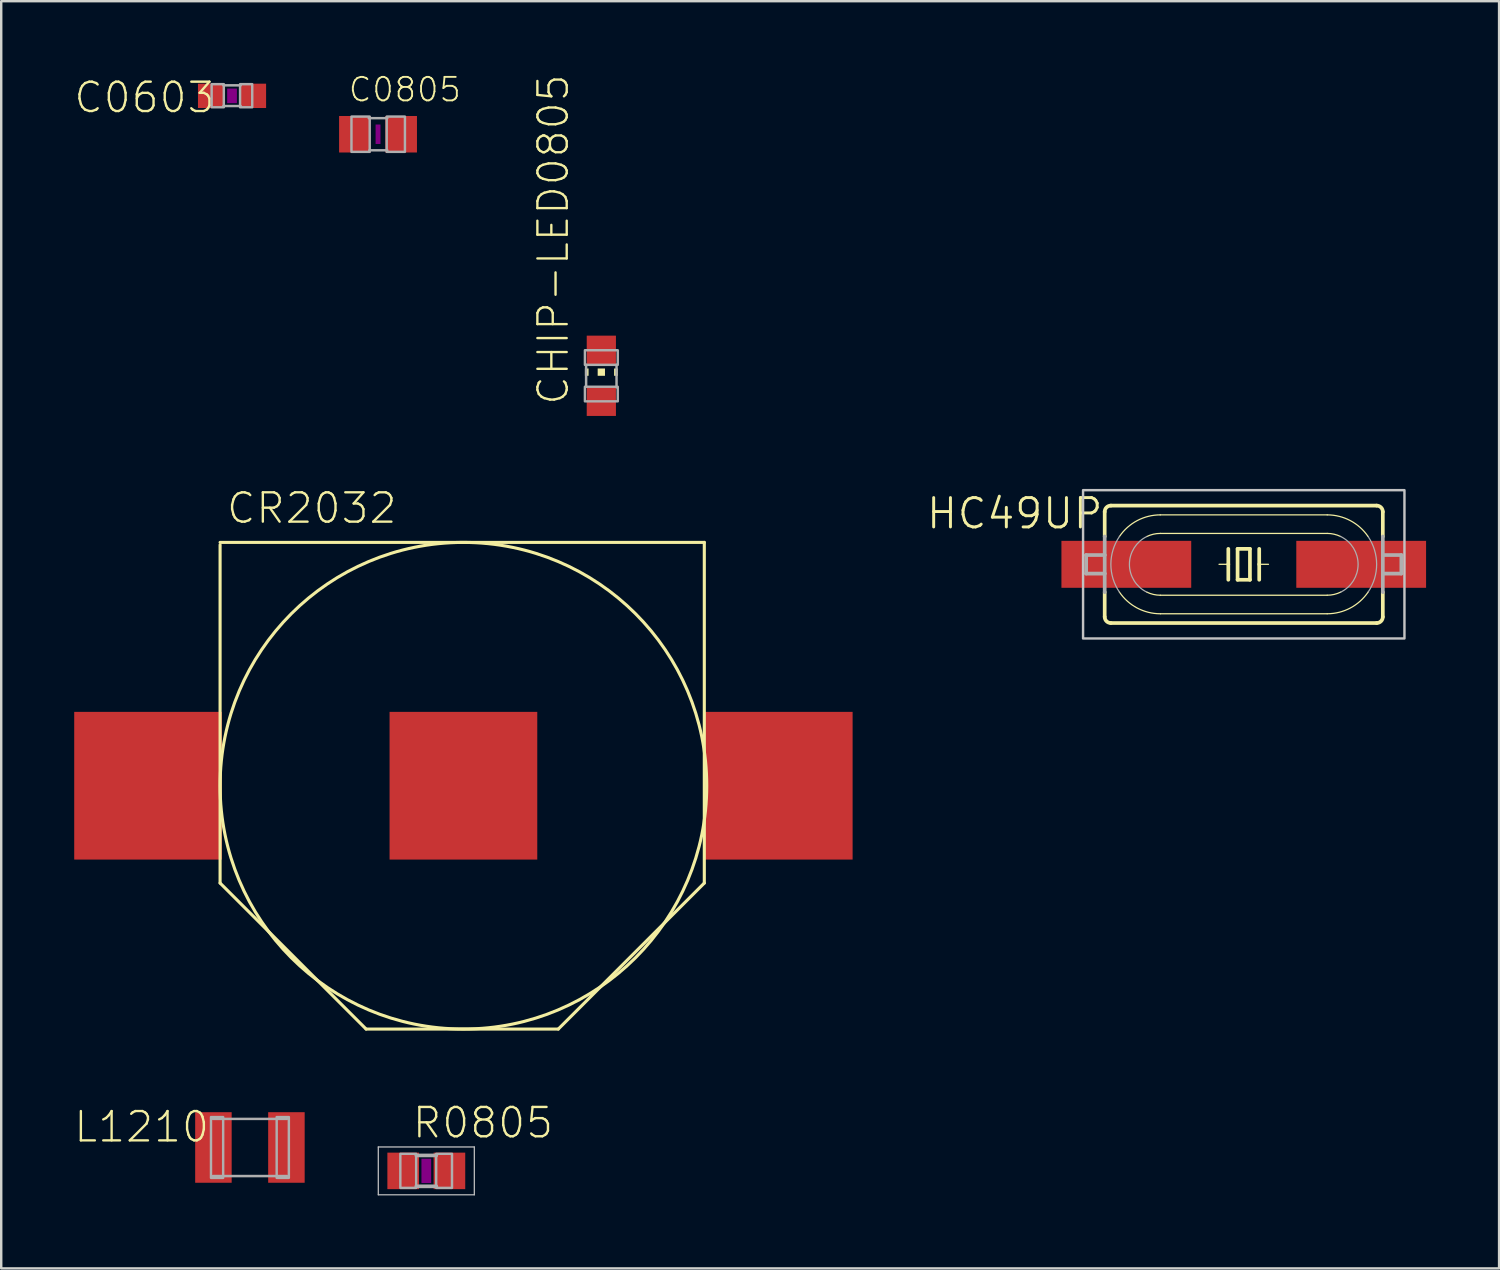
<source format=kicad_pcb>
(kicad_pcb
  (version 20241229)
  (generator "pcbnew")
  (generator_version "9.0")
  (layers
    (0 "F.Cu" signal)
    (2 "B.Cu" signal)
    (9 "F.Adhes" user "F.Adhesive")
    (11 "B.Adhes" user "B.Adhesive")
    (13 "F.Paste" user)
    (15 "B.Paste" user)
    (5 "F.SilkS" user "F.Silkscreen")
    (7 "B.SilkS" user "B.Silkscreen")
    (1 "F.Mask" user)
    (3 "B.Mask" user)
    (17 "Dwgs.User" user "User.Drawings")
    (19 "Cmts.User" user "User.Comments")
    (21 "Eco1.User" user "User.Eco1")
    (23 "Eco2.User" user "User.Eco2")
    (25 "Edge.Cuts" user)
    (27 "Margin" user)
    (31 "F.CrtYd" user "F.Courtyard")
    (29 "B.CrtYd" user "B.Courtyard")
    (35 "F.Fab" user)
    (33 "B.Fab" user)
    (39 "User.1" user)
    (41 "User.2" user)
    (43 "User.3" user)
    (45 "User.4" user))
  (footprint "C0805"
    (layer "F.Cu")
    (at 12.486 2.467)
    (property "Reference" "C0805" (at -1.27 -1.27 0) (layer "F.SilkS") (effects (font (size 0.965 0.965) (thickness 0.077)) (justify left bottom)))
    (attr through_hole)
    (fp_poly (pts (xy -0.1 0.4) (xy 0.1 0.4) (xy 0.1 -0.4) (xy -0.1 -0.4)) (stroke (width 0) (type solid)) (fill yes) (layer "F.Adhes"))
    (fp_line (start -0.381 -0.66) (end 0.381 -0.66) (stroke (width 0.102) (type solid)) (layer "F.Fab"))
    (fp_line (start -0.356 0.66) (end 0.381 0.66) (stroke (width 0.102) (type solid)) (layer "F.Fab"))
    (fp_poly (pts (xy -1.092 0.724) (xy -0.342 0.724) (xy -0.342 -0.726) (xy -1.092 -0.726)) (stroke (width 0.1) (type solid)) (fill no) (layer "F.Fab"))
    (fp_poly (pts (xy 0.356 0.724) (xy 1.106 0.724) (xy 1.106 -0.726) (xy 0.356 -0.726)) (stroke (width 0.1) (type solid)) (fill no) (layer "F.Fab"))
    (pad "1" smd rect (at -0.95 0) (size 1.3 1.5) (layers "F.Cu" "F.Mask" "F.Paste"))
    (pad "2" smd rect (at 0.95 0) (size 1.3 1.5) (layers "F.Cu" "F.Mask" "F.Paste")))
  (footprint "L1210"
    (layer "F.Cu")
    (at 7.221 44.108)
    (property "Reference" "L1210" (at -1.6 -1.55 0) (layer "F.SilkS") (effects (font (size 1.206 1.206) (thickness 0.097)) (justify right top)))
    (attr through_hole)
    (fp_line (start -1.525 -1.175) (end 1.525 -1.175) (stroke (width 0.102) (type solid)) (layer "F.Fab"))
    (fp_line (start 1.525 1.175) (end -1.525 1.175) (stroke (width 0.102) (type solid)) (layer "F.Fab"))
    (fp_poly (pts (xy -1.6 1.25) (xy -1.1 1.25) (xy -1.1 -1.25) (xy -1.6 -1.25)) (stroke (width 0.1) (type solid)) (fill no) (layer "F.Fab"))
    (fp_poly (pts (xy 1.1 1.25) (xy 1.6 1.25) (xy 1.6 -1.25) (xy 1.1 -1.25)) (stroke (width 0.1) (type solid)) (fill no) (layer "F.Fab"))
    (pad "1" smd rect (at -1.5 0) (size 1.5 2.9) (layers "F.Cu" "F.Mask" "F.Paste"))
    (pad "2" smd rect (at 1.5 0) (size 1.5 2.9) (layers "F.Cu" "F.Mask" "F.Paste")))
  (footprint "HC49UP"
    (layer "F.Cu")
    (at 48.065 20.142)
    (property "Reference" "HC49UP" (at -5.715 -2.794 180) (layer "F.SilkS") (effects (font (size 1.206 1.206) (thickness 0.121)) (justify right top)))
    (attr through_hole)
    (fp_line (start -5.715 -1.143) (end -5.715 -2.159) (stroke (width 0.152) (type solid)) (layer "F.SilkS"))
    (fp_line (start -5.715 2.159) (end -5.715 1.143) (stroke (width 0.152) (type solid)) (layer "F.SilkS"))
    (fp_line (start -3.429 -2.032) (end 3.429 -2.032) (stroke (width 0.051) (type solid)) (layer "F.SilkS"))
    (fp_line (start -3.429 -1.27) (end 3.429 -1.27) (stroke (width 0.051) (type solid)) (layer "F.SilkS"))
    (fp_line (start -0.635 -0.635) (end -0.635 0) (stroke (width 0.152) (type solid)) (layer "F.SilkS"))
    (fp_line (start -0.635 0) (end -1.016 0) (stroke (width 0.051) (type solid)) (layer "F.SilkS"))
    (fp_line (start -0.635 0) (end -0.635 0.635) (stroke (width 0.152) (type solid)) (layer "F.SilkS"))
    (fp_line (start -0.254 -0.635) (end -0.254 0.635) (stroke (width 0.152) (type solid)) (layer "F.SilkS"))
    (fp_line (start -0.254 0.635) (end 0.254 0.635) (stroke (width 0.152) (type solid)) (layer "F.SilkS"))
    (fp_line (start 0.254 -0.635) (end -0.254 -0.635) (stroke (width 0.152) (type solid)) (layer "F.SilkS"))
    (fp_line (start 0.254 0.635) (end 0.254 -0.635) (stroke (width 0.152) (type solid)) (layer "F.SilkS"))
    (fp_line (start 0.635 -0.635) (end 0.635 0) (stroke (width 0.152) (type solid)) (layer "F.SilkS"))
    (fp_line (start 0.635 0) (end 0.635 0.635) (stroke (width 0.152) (type solid)) (layer "F.SilkS"))
    (fp_line (start 0.635 0) (end 1.016 0) (stroke (width 0.051) (type solid)) (layer "F.SilkS"))
    (fp_line (start 3.429 1.27) (end -3.429 1.27) (stroke (width 0.051) (type solid)) (layer "F.SilkS"))
    (fp_line (start 3.429 2.032) (end -3.429 2.032) (stroke (width 0.051) (type solid)) (layer "F.SilkS"))
    (fp_line (start 5.461 -2.413) (end -5.461 -2.413) (stroke (width 0.152) (type solid)) (layer "F.SilkS"))
    (fp_line (start 5.461 2.413) (end -5.461 2.413) (stroke (width 0.152) (type solid)) (layer "F.SilkS"))
    (fp_line (start 5.715 -1.143) (end 5.715 -2.159) (stroke (width 0.152) (type solid)) (layer "F.SilkS"))
    (fp_line (start 5.715 2.159) (end 5.715 1.143) (stroke (width 0.152) (type solid)) (layer "F.SilkS"))
    (fp_arc (start -5.715 -2.159) (mid -5.640605 -2.338605) (end -5.461 -2.413) (stroke (width 0.1524) (type solid)) (layer "F.SilkS"))
    (fp_arc (start -5.461 2.413) (mid -5.640605 2.338605) (end -5.715 2.159) (stroke (width 0.1524) (type solid)) (layer "F.SilkS"))
    (fp_arc (start -5.1091 -1.143) (mid -4.379417 -1.796107) (end -3.429 -2.032101) (stroke (width 0.0508) (type solid)) (layer "F.SilkS"))
    (fp_arc (start -3.9826 -1.143) (mid -3.712991 -1.237845) (end -3.429 -1.27) (stroke (width 0.0508) (type solid)) (layer "F.SilkS"))
    (fp_arc (start -3.429 1.27) (mid -3.712991 1.237845) (end -3.9826 1.143) (stroke (width 0.0508) (type solid)) (layer "F.SilkS"))
    (fp_arc (start -3.429 2.032001) (mid -4.379408 1.796063) (end -5.1091 1.143) (stroke (width 0.0508) (type solid)) (layer "F.SilkS"))
    (fp_arc (start 3.429 -2.032) (mid 4.379408 -1.796062) (end 5.1091 -1.142999) (stroke (width 0.0508) (type solid)) (layer "F.SilkS"))
    (fp_arc (start 3.429 -1.27) (mid 3.712991 -1.237845) (end 3.9826 -1.143) (stroke (width 0.0508) (type solid)) (layer "F.SilkS"))
    (fp_arc (start 3.9826 1.143) (mid 3.712991 1.237845) (end 3.429 1.27) (stroke (width 0.0508) (type solid)) (layer "F.SilkS"))
    (fp_arc (start 5.109 1.142899) (mid 4.379368 1.795994) (end 3.429 2.032) (stroke (width 0.0508) (type solid)) (layer "F.SilkS"))
    (fp_arc (start 5.461 -2.413) (mid 5.640605 -2.338605) (end 5.715 -2.159) (stroke (width 0.1524) (type solid)) (layer "F.SilkS"))
    (fp_arc (start 5.715 2.159) (mid 5.640605 2.338605) (end 5.461 2.413) (stroke (width 0.1524) (type solid)) (layer "F.SilkS"))
    (fp_poly (pts (xy -6.604 3.048) (xy 6.604 3.048) (xy 6.604 -3.048) (xy -6.604 -3.048)) (stroke (width 0.1) (type solid)) (fill no) (layer "Dwgs.User"))
    (fp_line (start -6.477 0.381) (end -6.477 -0.381) (stroke (width 0.152) (type solid)) (layer "F.Fab"))
    (fp_line (start -5.715 -0.381) (end -6.477 -0.381) (stroke (width 0.152) (type solid)) (layer "F.Fab"))
    (fp_line (start -5.715 -0.381) (end -5.715 -1.143) (stroke (width 0.152) (type solid)) (layer "F.Fab"))
    (fp_line (start -5.715 0.381) (end -6.477 0.381) (stroke (width 0.152) (type solid)) (layer "F.Fab"))
    (fp_line (start -5.715 0.381) (end -5.715 -0.381) (stroke (width 0.152) (type solid)) (layer "F.Fab"))
    (fp_line (start -5.715 1.143) (end -5.715 0.381) (stroke (width 0.152) (type solid)) (layer "F.Fab"))
    (fp_line (start 5.715 -0.381) (end 6.477 -0.381) (stroke (width 0.152) (type solid)) (layer "F.Fab"))
    (fp_line (start 5.715 0.381) (end 6.477 0.381) (stroke (width 0.152) (type solid)) (layer "F.Fab"))
    (fp_line (start 5.715 1.143) (end 5.715 -1.143) (stroke (width 0.152) (type solid)) (layer "F.Fab"))
    (fp_line (start 6.477 0.381) (end 6.477 -0.381) (stroke (width 0.152) (type solid)) (layer "F.Fab"))
    (fp_arc (start -5.1091 1.143) (mid -5.46104 0) (end -5.1091 -1.143) (stroke (width 0.0508) (type solid)) (layer "F.Fab"))
    (fp_arc (start -3.9826 1.143) (mid -4.699009 0) (end -3.9826 -1.143) (stroke (width 0.0508) (type solid)) (layer "F.Fab"))
    (fp_arc (start 3.9826 -1.143) (mid 4.699009 0) (end 3.9826 1.143) (stroke (width 0.0508) (type solid)) (layer "F.Fab"))
    (fp_arc (start 5.1091 -1.143) (mid 5.46104 0) (end 5.1091 1.143) (stroke (width 0.0508) (type solid)) (layer "F.Fab"))
    (pad "1" smd rect (at -4.826 0) (size 5.334 1.93) (layers "F.Cu" "F.Mask" "F.Paste"))
    (pad "2" smd rect (at 4.826 0) (size 5.334 1.93) (layers "F.Cu" "F.Mask" "F.Paste")))
  (footprint "R0805"
    (layer "F.Cu")
    (at 14.47 45.07)
    (property "Reference" "R0805" (at -0.635 -1.27 0) (layer "F.SilkS") (effects (font (size 1.206 1.206) (thickness 0.097)) (justify left bottom)))
    (attr through_hole)
    (fp_poly (pts (xy -0.2 0.5) (xy 0.2 0.5) (xy 0.2 -0.5) (xy -0.2 -0.5)) (stroke (width 0) (type solid)) (fill yes) (layer "F.Adhes"))
    (fp_line (start -1.973 -0.983) (end 1.973 -0.983) (stroke (width 0.051) (type solid)) (layer "Dwgs.User"))
    (fp_line (start -1.973 0.983) (end -1.973 -0.983) (stroke (width 0.051) (type solid)) (layer "Dwgs.User"))
    (fp_line (start 1.973 -0.983) (end 1.973 0.983) (stroke (width 0.051) (type solid)) (layer "Dwgs.User"))
    (fp_line (start 1.973 0.983) (end -1.973 0.983) (stroke (width 0.051) (type solid)) (layer "Dwgs.User"))
    (fp_line (start -0.41 -0.635) (end 0.41 -0.635) (stroke (width 0.152) (type solid)) (layer "F.Fab"))
    (fp_line (start -0.41 0.635) (end 0.41 0.635) (stroke (width 0.152) (type solid)) (layer "F.Fab"))
    (fp_poly (pts (xy -1.067 0.699) (xy -0.417 0.699) (xy -0.417 -0.702) (xy -1.067 -0.702)) (stroke (width 0.1) (type solid)) (fill no) (layer "F.Fab"))
    (fp_poly (pts (xy 0.406 0.699) (xy 1.056 0.699) (xy 1.056 -0.702) (xy 0.406 -0.702)) (stroke (width 0.1) (type solid)) (fill no) (layer "F.Fab"))
    (pad "1" smd rect (at -0.95 0) (size 1.3 1.5) (layers "F.Cu" "F.Mask" "F.Paste"))
    (pad "2" smd rect (at 0.95 0) (size 1.3 1.5) (layers "F.Cu" "F.Mask" "F.Paste")))
  (footprint "CHIP-LED0805"
    (layer "F.Cu")
    (at 21.663 12.394)
    (property "Reference" "CHIP-LED0805" (at -1.27 1.27 270) (layer "F.SilkS") (effects (font (size 1.206 1.206) (thickness 0.097)) (justify left bottom)))
    (attr through_hole)
    (fp_poly (pts (xy -0.675 0) (xy -0.525 0) (xy -0.525 -0.3) (xy -0.675 -0.3)) (stroke (width 0) (type solid)) (fill yes) (layer "F.SilkS"))
    (fp_poly (pts (xy -0.15 0) (xy 0.15 0) (xy 0.15 -0.3) (xy -0.15 -0.3)) (stroke (width 0) (type solid)) (fill yes) (layer "F.SilkS"))
    (fp_poly (pts (xy 0.525 0) (xy 0.675 0) (xy 0.675 -0.3) (xy 0.525 -0.3)) (stroke (width 0) (type solid)) (fill yes) (layer "F.SilkS"))
    (fp_line (start -0.625 -0.45) (end -0.625 0.45) (stroke (width 0.102) (type solid)) (layer "F.Fab"))
    (fp_line (start 0.625 -0.45) (end 0.625 0.475) (stroke (width 0.102) (type solid)) (layer "F.Fab"))
    (fp_poly (pts (xy -0.675 -0.45) (xy 0.675 -0.45) (xy 0.675 -1.05) (xy -0.675 -1.05)) (stroke (width 0.1) (type solid)) (fill no) (layer "F.Fab"))
    (fp_poly (pts (xy -0.675 1.05) (xy 0.675 1.05) (xy 0.675 0.45) (xy -0.675 0.45)) (stroke (width 0.1) (type solid)) (fill no) (layer "F.Fab"))
    (pad "A" smd rect (at 0 1.05) (size 1.2 1.2) (layers "F.Cu" "F.Mask" "F.Paste"))
    (pad "C" smd rect (at 0 -1.05) (size 1.2 1.2) (layers "F.Cu" "F.Mask" "F.Paste")))
  (footprint "CR2032"
    (layer "F.Cu")
    (at 15.995 29.241)
    (property "Reference" "CR2032" (at -9.8 -10.7 180) (layer "F.SilkS") (effects (font (size 1.206 1.206) (thickness 0.097)) (justify left bottom)))
    (attr through_hole)
    (fp_line (start -10 -9.9) (end -10 4) (stroke (width 0.127) (type solid)) (layer "F.SilkS"))
    (fp_line (start -10 4) (end -4 10) (stroke (width 0.127) (type solid)) (layer "F.SilkS"))
    (fp_line (start -4 10) (end 3.9 10) (stroke (width 0.127) (type solid)) (layer "F.SilkS"))
    (fp_line (start 3.9 10) (end 9.9 4) (stroke (width 0.127) (type solid)) (layer "F.SilkS"))
    (fp_line (start 9.9 -10) (end -10 -10) (stroke (width 0.127) (type solid)) (layer "F.SilkS"))
    (fp_line (start 9.9 4) (end 9.9 -10) (stroke (width 0.127) (type solid)) (layer "F.SilkS"))
    (fp_circle (center 0 0) (end 10 0) (stroke (width 0.127) (type solid)) (fill no) (layer "F.SilkS"))
    (pad "P$1" smd rect (at -12.96 0 180) (size 6.07 6.07) (layers "F.Cu" "F.Mask" "F.Paste"))
    (pad "P$2" smd rect (at 12.96 0 180) (size 6.07 6.07) (layers "F.Cu" "F.Mask" "F.Paste"))
    (pad "P$3" smd rect (at 0 0 180) (size 6.07 6.07) (layers "F.Cu" "F.Mask" "F.Paste")))
  (footprint "C0603"
    (layer "F.Cu")
    (at 6.486 0.889)
    (property "Reference" "C0603" (at -0.635 -0.635 180) (layer "F.SilkS") (effects (font (size 1.206 1.206) (thickness 0.097)) (justify right top)))
    (attr through_hole)
    (fp_poly (pts (xy -0.2 0.3) (xy 0.2 0.3) (xy 0.2 -0.3) (xy -0.2 -0.3)) (stroke (width 0) (type solid)) (fill yes) (layer "F.Adhes"))
    (fp_line (start -0.356 -0.432) (end 0.356 -0.432) (stroke (width 0.102) (type solid)) (layer "F.Fab"))
    (fp_line (start -0.356 0.419) (end 0.356 0.419) (stroke (width 0.102) (type solid)) (layer "F.Fab"))
    (fp_poly (pts (xy -0.838 0.47) (xy -0.338 0.47) (xy -0.338 -0.48) (xy -0.838 -0.48)) (stroke (width 0.1) (type solid)) (fill no) (layer "F.Fab"))
    (fp_poly (pts (xy 0.33 0.47) (xy 0.83 0.47) (xy 0.83 -0.48) (xy 0.33 -0.48)) (stroke (width 0.1) (type solid)) (fill no) (layer "F.Fab"))
    (pad "1" smd rect (at -0.85 0) (size 1.1 1) (layers "F.Cu" "F.Mask" "F.Paste"))
    (pad "2" smd rect (at 0.85 0) (size 1.1 1) (layers "F.Cu" "F.Mask" "F.Paste")))
  (gr_rect
    (start -3 -3)
    (end 58.558 49.078)
    (stroke (width 0.1) (type default))
    (fill no)
    (layer "Edge.Cuts")))
</source>
